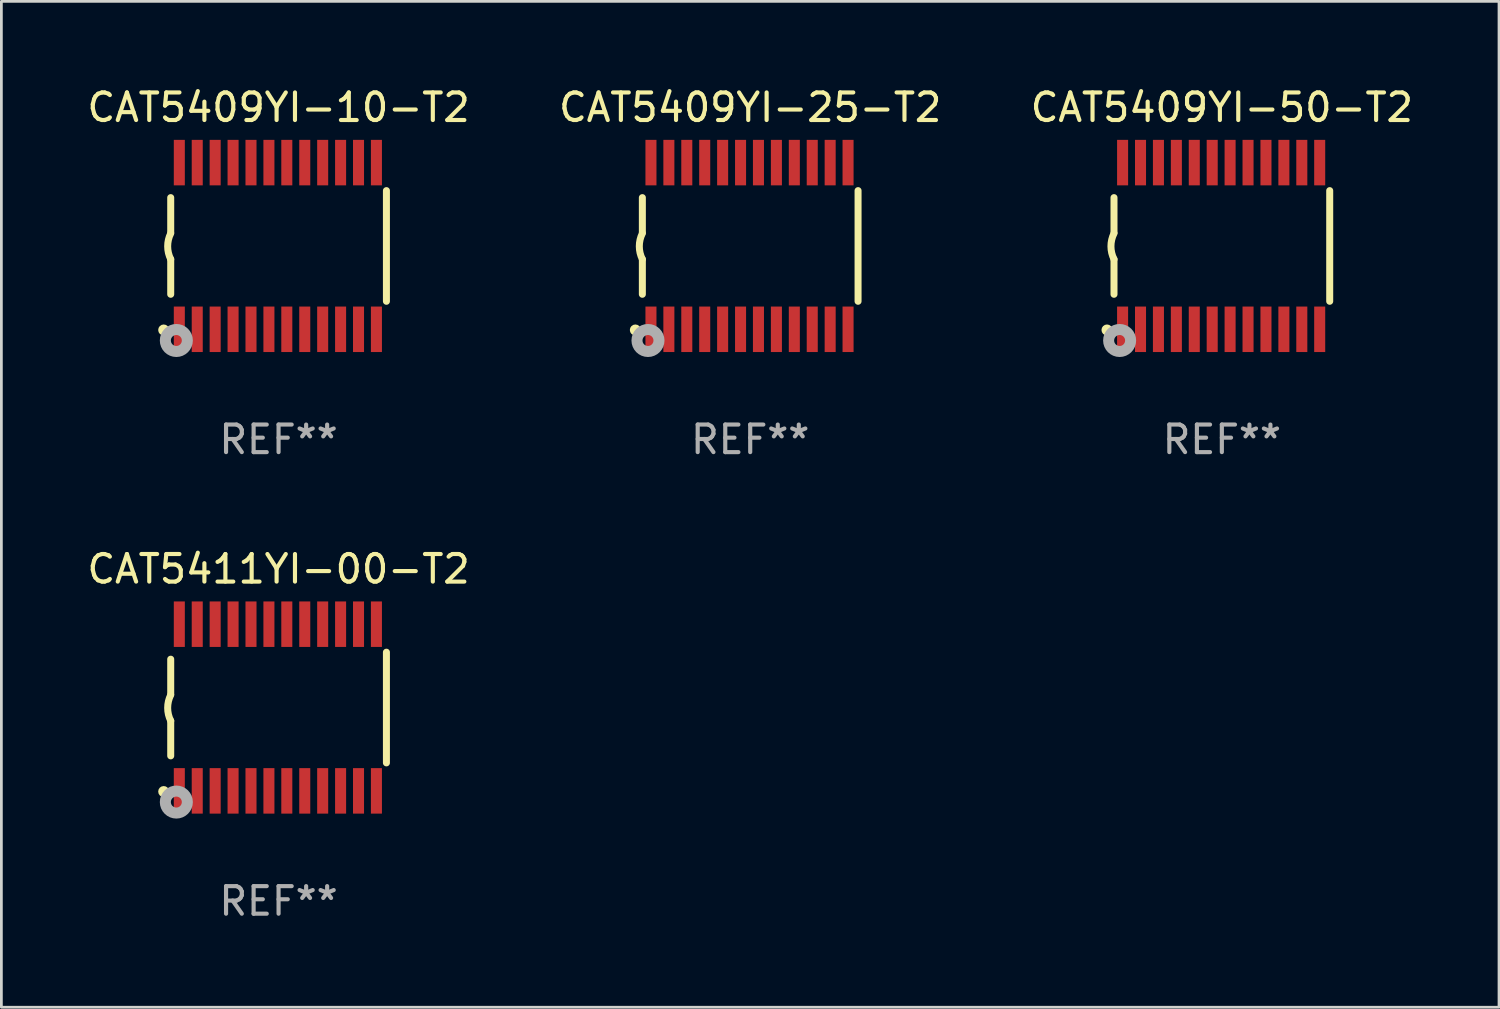
<source format=kicad_pcb>
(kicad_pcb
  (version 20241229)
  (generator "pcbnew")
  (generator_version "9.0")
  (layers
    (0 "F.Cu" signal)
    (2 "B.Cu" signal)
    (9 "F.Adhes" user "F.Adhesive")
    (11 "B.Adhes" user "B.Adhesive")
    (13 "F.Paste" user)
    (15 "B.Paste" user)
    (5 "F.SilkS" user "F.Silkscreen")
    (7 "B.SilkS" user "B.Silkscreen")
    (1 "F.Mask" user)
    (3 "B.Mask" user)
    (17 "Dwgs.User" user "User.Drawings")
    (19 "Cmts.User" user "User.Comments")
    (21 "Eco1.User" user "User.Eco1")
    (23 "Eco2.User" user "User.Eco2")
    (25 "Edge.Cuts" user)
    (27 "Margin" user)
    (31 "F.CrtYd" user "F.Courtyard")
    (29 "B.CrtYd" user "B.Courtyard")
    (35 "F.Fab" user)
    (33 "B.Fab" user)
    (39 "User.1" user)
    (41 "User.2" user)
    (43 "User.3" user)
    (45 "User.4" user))
  (footprint "CAT5409YI-25-T2"
    (layer "F.Cu")
    (at 24.161 5.871)
    (property "Reference" "CAT5409YI-25-T2" (at 0 -5.023 0) (layer "F.SilkS") (effects (font (size 1 1) (thickness 0.15))))
    (attr through_hole)
    (fp_line (start -3.912 -0.483) (end -3.912 -1.753) (stroke (width 0.254) (type solid)) (layer "F.SilkS"))
    (fp_line (start -3.912 1.753) (end -3.912 0.483) (stroke (width 0.254) (type solid)) (layer "F.SilkS"))
    (fp_line (start 3.912 -2.007) (end 3.912 2.007) (stroke (width 0.254) (type solid)) (layer "F.SilkS"))
    (fp_arc (start -3.911608 0.482601) (mid -4.022537 0.0127) (end -3.911608 -0.457201) (stroke (width 0.254001) (type solid)) (layer "F.SilkS"))
    (fp_circle (center -4.166 3.048) (end -4.066 3.048) (stroke (width 0.2) (type solid)) (fill no) (layer "F.SilkS"))
    (fp_circle (center -3.925 3.186) (end -3.895 3.186) (stroke (width 0.06) (type solid)) (fill no) (layer "F.SilkS"))
    (fp_circle (center -3.708 3.429) (end -3.509 3.429) (stroke (width 0.4) (type solid)) (fill no) (layer "F.Fab"))
    (fp_text user "REF**" (at 0 7.023 0) (layer "F.Fab") (effects (font (size 1 1) (thickness 0.15))))
    (pad "1" smd rect (at -3.6 3.023) (size 0.4 1.65) (layers "F.Cu" "F.Mask" "F.Paste"))
    (pad "2" smd rect (at -2.95 3.023) (size 0.4 1.65) (layers "F.Cu" "F.Mask" "F.Paste"))
    (pad "3" smd rect (at -2.3 3.023) (size 0.4 1.65) (layers "F.Cu" "F.Mask" "F.Paste"))
    (pad "4" smd rect (at -1.65 3.023) (size 0.4 1.65) (layers "F.Cu" "F.Mask" "F.Paste"))
    (pad "5" smd rect (at -1 3.023) (size 0.4 1.65) (layers "F.Cu" "F.Mask" "F.Paste"))
    (pad "6" smd rect (at -0.35 3.023) (size 0.4 1.65) (layers "F.Cu" "F.Mask" "F.Paste"))
    (pad "7" smd rect (at 0.299 3.023) (size 0.4 1.65) (layers "F.Cu" "F.Mask" "F.Paste"))
    (pad "8" smd rect (at 0.95 3.023) (size 0.4 1.65) (layers "F.Cu" "F.Mask" "F.Paste"))
    (pad "9" smd rect (at 1.6 3.023) (size 0.4 1.65) (layers "F.Cu" "F.Mask" "F.Paste"))
    (pad "10" smd rect (at 2.25 3.023) (size 0.4 1.65) (layers "F.Cu" "F.Mask" "F.Paste"))
    (pad "11" smd rect (at 2.9 3.023) (size 0.4 1.65) (layers "F.Cu" "F.Mask" "F.Paste"))
    (pad "12" smd rect (at 3.549 3.023) (size 0.4 1.65) (layers "F.Cu" "F.Mask" "F.Paste"))
    (pad "13" smd rect (at 3.549 -3.023) (size 0.4 1.65) (layers "F.Cu" "F.Mask" "F.Paste"))
    (pad "14" smd rect (at 2.9 -3.023) (size 0.4 1.65) (layers "F.Cu" "F.Mask" "F.Paste"))
    (pad "15" smd rect (at 2.25 -3.023) (size 0.4 1.65) (layers "F.Cu" "F.Mask" "F.Paste"))
    (pad "16" smd rect (at 1.6 -3.023) (size 0.4 1.65) (layers "F.Cu" "F.Mask" "F.Paste"))
    (pad "17" smd rect (at 0.95 -3.023) (size 0.4 1.65) (layers "F.Cu" "F.Mask" "F.Paste"))
    (pad "18" smd rect (at 0.299 -3.023) (size 0.4 1.65) (layers "F.Cu" "F.Mask" "F.Paste"))
    (pad "19" smd rect (at -0.35 -3.023) (size 0.4 1.65) (layers "F.Cu" "F.Mask" "F.Paste"))
    (pad "20" smd rect (at -1 -3.023) (size 0.4 1.65) (layers "F.Cu" "F.Mask" "F.Paste"))
    (pad "21" smd rect (at -1.65 -3.023) (size 0.4 1.65) (layers "F.Cu" "F.Mask" "F.Paste"))
    (pad "22" smd rect (at -2.3 -3.023) (size 0.4 1.65) (layers "F.Cu" "F.Mask" "F.Paste"))
    (pad "23" smd rect (at -2.95 -3.023) (size 0.4 1.65) (layers "F.Cu" "F.Mask" "F.Paste"))
    (pad "24" smd rect (at -3.6 -3.023) (size 0.4 1.65) (layers "F.Cu" "F.Mask" "F.Paste")))
  (footprint "CAT5409YI-50-T2"
    (layer "F.Cu")
    (at 41.268 5.871)
    (property "Reference" "CAT5409YI-50-T2" (at 0 -5.023 0) (layer "F.SilkS") (effects (font (size 1 1) (thickness 0.15))))
    (attr through_hole)
    (fp_line (start -3.912 -0.483) (end -3.912 -1.753) (stroke (width 0.254) (type solid)) (layer "F.SilkS"))
    (fp_line (start -3.912 1.753) (end -3.912 0.483) (stroke (width 0.254) (type solid)) (layer "F.SilkS"))
    (fp_line (start 3.912 -2.007) (end 3.912 2.007) (stroke (width 0.254) (type solid)) (layer "F.SilkS"))
    (fp_arc (start -3.911608 0.482601) (mid -4.022537 0.0127) (end -3.911608 -0.457201) (stroke (width 0.254001) (type solid)) (layer "F.SilkS"))
    (fp_circle (center -4.166 3.048) (end -4.066 3.048) (stroke (width 0.2) (type solid)) (fill no) (layer "F.SilkS"))
    (fp_circle (center -3.925 3.186) (end -3.895 3.186) (stroke (width 0.06) (type solid)) (fill no) (layer "F.SilkS"))
    (fp_circle (center -3.708 3.429) (end -3.509 3.429) (stroke (width 0.4) (type solid)) (fill no) (layer "F.Fab"))
    (fp_text user "REF**" (at 0 7.023 0) (layer "F.Fab") (effects (font (size 1 1) (thickness 0.15))))
    (pad "1" smd rect (at -3.6 3.023) (size 0.4 1.65) (layers "F.Cu" "F.Mask" "F.Paste"))
    (pad "2" smd rect (at -2.95 3.023) (size 0.4 1.65) (layers "F.Cu" "F.Mask" "F.Paste"))
    (pad "3" smd rect (at -2.3 3.023) (size 0.4 1.65) (layers "F.Cu" "F.Mask" "F.Paste"))
    (pad "4" smd rect (at -1.65 3.023) (size 0.4 1.65) (layers "F.Cu" "F.Mask" "F.Paste"))
    (pad "5" smd rect (at -1 3.023) (size 0.4 1.65) (layers "F.Cu" "F.Mask" "F.Paste"))
    (pad "6" smd rect (at -0.35 3.023) (size 0.4 1.65) (layers "F.Cu" "F.Mask" "F.Paste"))
    (pad "7" smd rect (at 0.299 3.023) (size 0.4 1.65) (layers "F.Cu" "F.Mask" "F.Paste"))
    (pad "8" smd rect (at 0.95 3.023) (size 0.4 1.65) (layers "F.Cu" "F.Mask" "F.Paste"))
    (pad "9" smd rect (at 1.6 3.023) (size 0.4 1.65) (layers "F.Cu" "F.Mask" "F.Paste"))
    (pad "10" smd rect (at 2.25 3.023) (size 0.4 1.65) (layers "F.Cu" "F.Mask" "F.Paste"))
    (pad "11" smd rect (at 2.9 3.023) (size 0.4 1.65) (layers "F.Cu" "F.Mask" "F.Paste"))
    (pad "12" smd rect (at 3.549 3.023) (size 0.4 1.65) (layers "F.Cu" "F.Mask" "F.Paste"))
    (pad "13" smd rect (at 3.549 -3.023) (size 0.4 1.65) (layers "F.Cu" "F.Mask" "F.Paste"))
    (pad "14" smd rect (at 2.9 -3.023) (size 0.4 1.65) (layers "F.Cu" "F.Mask" "F.Paste"))
    (pad "15" smd rect (at 2.25 -3.023) (size 0.4 1.65) (layers "F.Cu" "F.Mask" "F.Paste"))
    (pad "16" smd rect (at 1.6 -3.023) (size 0.4 1.65) (layers "F.Cu" "F.Mask" "F.Paste"))
    (pad "17" smd rect (at 0.95 -3.023) (size 0.4 1.65) (layers "F.Cu" "F.Mask" "F.Paste"))
    (pad "18" smd rect (at 0.299 -3.023) (size 0.4 1.65) (layers "F.Cu" "F.Mask" "F.Paste"))
    (pad "19" smd rect (at -0.35 -3.023) (size 0.4 1.65) (layers "F.Cu" "F.Mask" "F.Paste"))
    (pad "20" smd rect (at -1 -3.023) (size 0.4 1.65) (layers "F.Cu" "F.Mask" "F.Paste"))
    (pad "21" smd rect (at -1.65 -3.023) (size 0.4 1.65) (layers "F.Cu" "F.Mask" "F.Paste"))
    (pad "22" smd rect (at -2.3 -3.023) (size 0.4 1.65) (layers "F.Cu" "F.Mask" "F.Paste"))
    (pad "23" smd rect (at -2.95 -3.023) (size 0.4 1.65) (layers "F.Cu" "F.Mask" "F.Paste"))
    (pad "24" smd rect (at -3.6 -3.023) (size 0.4 1.65) (layers "F.Cu" "F.Mask" "F.Paste")))
  (footprint "CAT5411YI-00-T2"
    (layer "F.Cu")
    (at 7.054 22.613)
    (property "Reference" "CAT5411YI-00-T2" (at 0 -5.023 0) (layer "F.SilkS") (effects (font (size 1 1) (thickness 0.15))))
    (attr through_hole)
    (fp_line (start -3.912 -0.483) (end -3.912 -1.753) (stroke (width 0.254) (type solid)) (layer "F.SilkS"))
    (fp_line (start -3.912 1.753) (end -3.912 0.483) (stroke (width 0.254) (type solid)) (layer "F.SilkS"))
    (fp_line (start 3.912 -2.007) (end 3.912 2.007) (stroke (width 0.254) (type solid)) (layer "F.SilkS"))
    (fp_arc (start -3.911608 0.482601) (mid -4.022537 0.0127) (end -3.911608 -0.457201) (stroke (width 0.254001) (type solid)) (layer "F.SilkS"))
    (fp_circle (center -4.166 3.048) (end -4.066 3.048) (stroke (width 0.2) (type solid)) (fill no) (layer "F.SilkS"))
    (fp_circle (center -3.925 3.186) (end -3.895 3.186) (stroke (width 0.06) (type solid)) (fill no) (layer "F.SilkS"))
    (fp_circle (center -3.708 3.429) (end -3.509 3.429) (stroke (width 0.4) (type solid)) (fill no) (layer "F.Fab"))
    (fp_text user "REF**" (at 0 7.023 0) (layer "F.Fab") (effects (font (size 1 1) (thickness 0.15))))
    (pad "1" smd rect (at -3.6 3.023) (size 0.4 1.65) (layers "F.Cu" "F.Mask" "F.Paste"))
    (pad "2" smd rect (at -2.95 3.023) (size 0.4 1.65) (layers "F.Cu" "F.Mask" "F.Paste"))
    (pad "3" smd rect (at -2.3 3.023) (size 0.4 1.65) (layers "F.Cu" "F.Mask" "F.Paste"))
    (pad "4" smd rect (at -1.65 3.023) (size 0.4 1.65) (layers "F.Cu" "F.Mask" "F.Paste"))
    (pad "5" smd rect (at -1 3.023) (size 0.4 1.65) (layers "F.Cu" "F.Mask" "F.Paste"))
    (pad "6" smd rect (at -0.35 3.023) (size 0.4 1.65) (layers "F.Cu" "F.Mask" "F.Paste"))
    (pad "7" smd rect (at 0.299 3.023) (size 0.4 1.65) (layers "F.Cu" "F.Mask" "F.Paste"))
    (pad "8" smd rect (at 0.95 3.023) (size 0.4 1.65) (layers "F.Cu" "F.Mask" "F.Paste"))
    (pad "9" smd rect (at 1.6 3.023) (size 0.4 1.65) (layers "F.Cu" "F.Mask" "F.Paste"))
    (pad "10" smd rect (at 2.25 3.023) (size 0.4 1.65) (layers "F.Cu" "F.Mask" "F.Paste"))
    (pad "11" smd rect (at 2.9 3.023) (size 0.4 1.65) (layers "F.Cu" "F.Mask" "F.Paste"))
    (pad "12" smd rect (at 3.549 3.023) (size 0.4 1.65) (layers "F.Cu" "F.Mask" "F.Paste"))
    (pad "13" smd rect (at 3.549 -3.023) (size 0.4 1.65) (layers "F.Cu" "F.Mask" "F.Paste"))
    (pad "14" smd rect (at 2.9 -3.023) (size 0.4 1.65) (layers "F.Cu" "F.Mask" "F.Paste"))
    (pad "15" smd rect (at 2.25 -3.023) (size 0.4 1.65) (layers "F.Cu" "F.Mask" "F.Paste"))
    (pad "16" smd rect (at 1.6 -3.023) (size 0.4 1.65) (layers "F.Cu" "F.Mask" "F.Paste"))
    (pad "17" smd rect (at 0.95 -3.023) (size 0.4 1.65) (layers "F.Cu" "F.Mask" "F.Paste"))
    (pad "18" smd rect (at 0.299 -3.023) (size 0.4 1.65) (layers "F.Cu" "F.Mask" "F.Paste"))
    (pad "19" smd rect (at -0.35 -3.023) (size 0.4 1.65) (layers "F.Cu" "F.Mask" "F.Paste"))
    (pad "20" smd rect (at -1 -3.023) (size 0.4 1.65) (layers "F.Cu" "F.Mask" "F.Paste"))
    (pad "21" smd rect (at -1.65 -3.023) (size 0.4 1.65) (layers "F.Cu" "F.Mask" "F.Paste"))
    (pad "22" smd rect (at -2.3 -3.023) (size 0.4 1.65) (layers "F.Cu" "F.Mask" "F.Paste"))
    (pad "23" smd rect (at -2.95 -3.023) (size 0.4 1.65) (layers "F.Cu" "F.Mask" "F.Paste"))
    (pad "24" smd rect (at -3.6 -3.023) (size 0.4 1.65) (layers "F.Cu" "F.Mask" "F.Paste")))
  (footprint "CAT5409YI-10-T2"
    (layer "F.Cu")
    (at 7.054 5.871)
    (property "Reference" "CAT5409YI-10-T2" (at 0 -5.023 0) (layer "F.SilkS") (effects (font (size 1 1) (thickness 0.15))))
    (attr through_hole)
    (fp_line (start -3.912 -0.483) (end -3.912 -1.753) (stroke (width 0.254) (type solid)) (layer "F.SilkS"))
    (fp_line (start -3.912 1.753) (end -3.912 0.483) (stroke (width 0.254) (type solid)) (layer "F.SilkS"))
    (fp_line (start 3.912 -2.007) (end 3.912 2.007) (stroke (width 0.254) (type solid)) (layer "F.SilkS"))
    (fp_arc (start -3.911608 0.482601) (mid -4.022537 0.0127) (end -3.911608 -0.457201) (stroke (width 0.254001) (type solid)) (layer "F.SilkS"))
    (fp_circle (center -4.166 3.048) (end -4.066 3.048) (stroke (width 0.2) (type solid)) (fill no) (layer "F.SilkS"))
    (fp_circle (center -3.925 3.186) (end -3.895 3.186) (stroke (width 0.06) (type solid)) (fill no) (layer "F.SilkS"))
    (fp_circle (center -3.708 3.429) (end -3.509 3.429) (stroke (width 0.4) (type solid)) (fill no) (layer "F.Fab"))
    (fp_text user "REF**" (at 0 7.023 0) (layer "F.Fab") (effects (font (size 1 1) (thickness 0.15))))
    (pad "1" smd rect (at -3.6 3.023) (size 0.4 1.65) (layers "F.Cu" "F.Mask" "F.Paste"))
    (pad "2" smd rect (at -2.95 3.023) (size 0.4 1.65) (layers "F.Cu" "F.Mask" "F.Paste"))
    (pad "3" smd rect (at -2.3 3.023) (size 0.4 1.65) (layers "F.Cu" "F.Mask" "F.Paste"))
    (pad "4" smd rect (at -1.65 3.023) (size 0.4 1.65) (layers "F.Cu" "F.Mask" "F.Paste"))
    (pad "5" smd rect (at -1 3.023) (size 0.4 1.65) (layers "F.Cu" "F.Mask" "F.Paste"))
    (pad "6" smd rect (at -0.35 3.023) (size 0.4 1.65) (layers "F.Cu" "F.Mask" "F.Paste"))
    (pad "7" smd rect (at 0.299 3.023) (size 0.4 1.65) (layers "F.Cu" "F.Mask" "F.Paste"))
    (pad "8" smd rect (at 0.95 3.023) (size 0.4 1.65) (layers "F.Cu" "F.Mask" "F.Paste"))
    (pad "9" smd rect (at 1.6 3.023) (size 0.4 1.65) (layers "F.Cu" "F.Mask" "F.Paste"))
    (pad "10" smd rect (at 2.25 3.023) (size 0.4 1.65) (layers "F.Cu" "F.Mask" "F.Paste"))
    (pad "11" smd rect (at 2.9 3.023) (size 0.4 1.65) (layers "F.Cu" "F.Mask" "F.Paste"))
    (pad "12" smd rect (at 3.549 3.023) (size 0.4 1.65) (layers "F.Cu" "F.Mask" "F.Paste"))
    (pad "13" smd rect (at 3.549 -3.023) (size 0.4 1.65) (layers "F.Cu" "F.Mask" "F.Paste"))
    (pad "14" smd rect (at 2.9 -3.023) (size 0.4 1.65) (layers "F.Cu" "F.Mask" "F.Paste"))
    (pad "15" smd rect (at 2.25 -3.023) (size 0.4 1.65) (layers "F.Cu" "F.Mask" "F.Paste"))
    (pad "16" smd rect (at 1.6 -3.023) (size 0.4 1.65) (layers "F.Cu" "F.Mask" "F.Paste"))
    (pad "17" smd rect (at 0.95 -3.023) (size 0.4 1.65) (layers "F.Cu" "F.Mask" "F.Paste"))
    (pad "18" smd rect (at 0.299 -3.023) (size 0.4 1.65) (layers "F.Cu" "F.Mask" "F.Paste"))
    (pad "19" smd rect (at -0.35 -3.023) (size 0.4 1.65) (layers "F.Cu" "F.Mask" "F.Paste"))
    (pad "20" smd rect (at -1 -3.023) (size 0.4 1.65) (layers "F.Cu" "F.Mask" "F.Paste"))
    (pad "21" smd rect (at -1.65 -3.023) (size 0.4 1.65) (layers "F.Cu" "F.Mask" "F.Paste"))
    (pad "22" smd rect (at -2.3 -3.023) (size 0.4 1.65) (layers "F.Cu" "F.Mask" "F.Paste"))
    (pad "23" smd rect (at -2.95 -3.023) (size 0.4 1.65) (layers "F.Cu" "F.Mask" "F.Paste"))
    (pad "24" smd rect (at -3.6 -3.023) (size 0.4 1.65) (layers "F.Cu" "F.Mask" "F.Paste")))
  (gr_rect
    (start -3 -3)
    (end 51.321 33.483)
    (stroke (width 0.1) (type default))
    (fill no)
    (layer "Edge.Cuts")))
</source>
